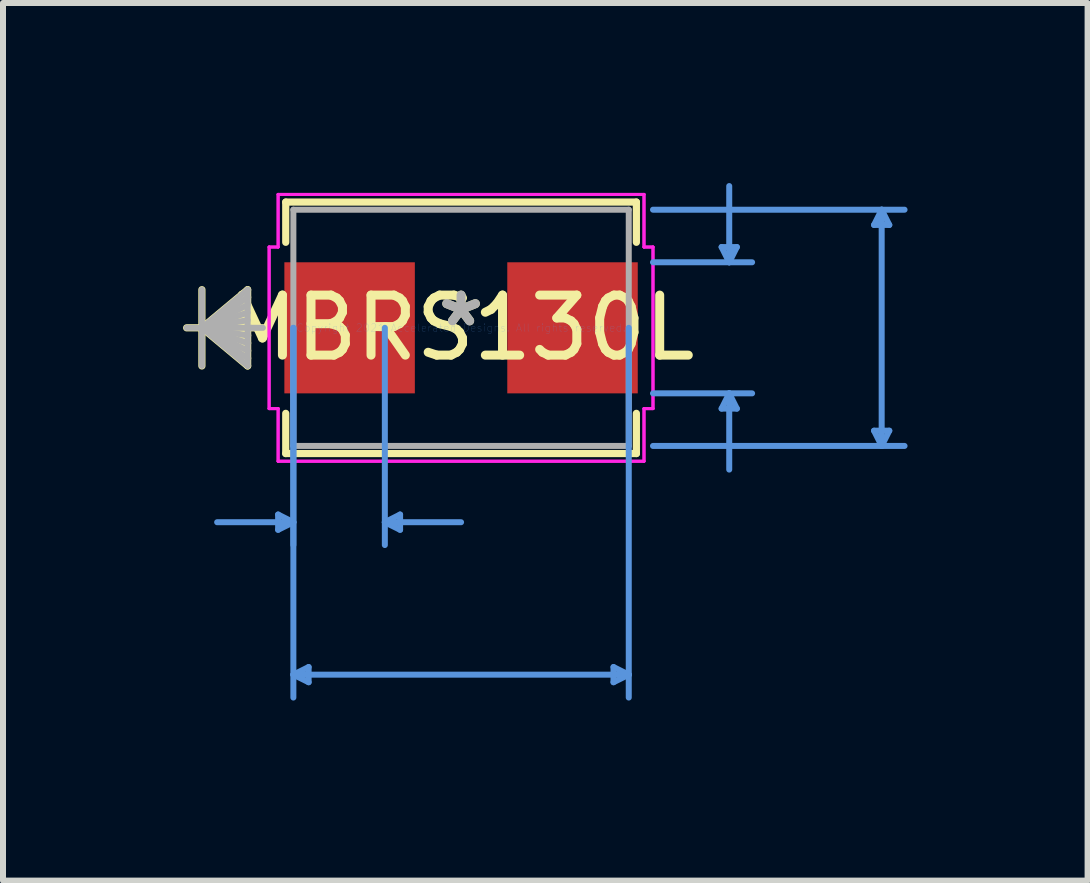
<source format=kicad_pcb>
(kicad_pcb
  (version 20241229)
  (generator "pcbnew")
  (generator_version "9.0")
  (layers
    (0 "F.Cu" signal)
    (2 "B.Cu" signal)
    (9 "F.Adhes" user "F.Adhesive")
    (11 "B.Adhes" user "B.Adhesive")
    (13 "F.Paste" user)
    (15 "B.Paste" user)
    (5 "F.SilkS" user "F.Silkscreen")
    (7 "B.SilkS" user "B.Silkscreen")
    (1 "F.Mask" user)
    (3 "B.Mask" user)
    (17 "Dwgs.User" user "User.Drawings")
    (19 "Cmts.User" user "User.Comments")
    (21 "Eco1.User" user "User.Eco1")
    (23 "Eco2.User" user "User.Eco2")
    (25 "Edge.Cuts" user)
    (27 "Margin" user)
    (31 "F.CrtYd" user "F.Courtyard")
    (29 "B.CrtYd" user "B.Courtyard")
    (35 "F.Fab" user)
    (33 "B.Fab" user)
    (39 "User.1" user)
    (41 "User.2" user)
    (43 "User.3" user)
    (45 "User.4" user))
  (footprint "MBRS130L"
    (layer "F.Cu")
    (at 4.632 2.412)
    (property "Reference" "MBRS130L" (at 0 0 0) (layer "F.SilkS") (effects (font (size 1 1) (thickness 0.15))))
    (attr through_hole)
    (fp_line (start -4.318 -0.635) (end -4.318 0.635) (stroke (width 0.12) (type solid)) (layer "F.SilkS"))
    (fp_line (start -4.318 0) (end -3.556 -0.635) (stroke (width 0.12) (type solid)) (layer "F.SilkS"))
    (fp_line (start -4.318 0) (end -3.556 -0.508) (stroke (width 0.12) (type solid)) (layer "F.SilkS"))
    (fp_line (start -4.318 0) (end -3.556 -0.381) (stroke (width 0.12) (type solid)) (layer "F.SilkS"))
    (fp_line (start -4.318 0) (end -3.556 -0.254) (stroke (width 0.12) (type solid)) (layer "F.SilkS"))
    (fp_line (start -4.318 0) (end -3.556 -0.127) (stroke (width 0.12) (type solid)) (layer "F.SilkS"))
    (fp_line (start -4.318 0) (end -3.556 0.127) (stroke (width 0.12) (type solid)) (layer "F.SilkS"))
    (fp_line (start -4.318 0) (end -3.556 0.254) (stroke (width 0.12) (type solid)) (layer "F.SilkS"))
    (fp_line (start -4.318 0) (end -3.556 0.381) (stroke (width 0.12) (type solid)) (layer "F.SilkS"))
    (fp_line (start -4.318 0) (end -3.556 0.508) (stroke (width 0.12) (type solid)) (layer "F.SilkS"))
    (fp_line (start -4.318 0) (end -3.556 0.635) (stroke (width 0.12) (type solid)) (layer "F.SilkS"))
    (fp_line (start -3.556 -0.635) (end -3.556 0.635) (stroke (width 0.12) (type solid)) (layer "F.SilkS"))
    (fp_line (start -3.302 0) (end -4.572 0) (stroke (width 0.12) (type solid)) (layer "F.SilkS"))
    (fp_line (start -2.921 -2.095) (end -2.921 -1.425) (stroke (width 0.12) (type solid)) (layer "F.SilkS"))
    (fp_line (start -2.921 1.425) (end -2.921 2.095) (stroke (width 0.12) (type solid)) (layer "F.SilkS"))
    (fp_line (start -2.921 2.095) (end 2.921 2.095) (stroke (width 0.12) (type solid)) (layer "F.SilkS"))
    (fp_line (start 2.921 -2.095) (end -2.921 -2.095) (stroke (width 0.12) (type solid)) (layer "F.SilkS"))
    (fp_line (start 2.921 -1.425) (end 2.921 -2.095) (stroke (width 0.12) (type solid)) (layer "F.SilkS"))
    (fp_line (start 2.921 2.095) (end 2.921 1.425) (stroke (width 0.12) (type solid)) (layer "F.SilkS"))
    (fp_line (start -3.048 3.111) (end -3.048 3.365) (stroke (width 0.1) (type solid)) (layer "Cmts.User"))
    (fp_line (start -2.794 0) (end -2.794 3.619) (stroke (width 0.1) (type solid)) (layer "Cmts.User"))
    (fp_line (start -2.794 0) (end -2.794 6.16) (stroke (width 0.1) (type solid)) (layer "Cmts.User"))
    (fp_line (start -2.794 3.239) (end -4.064 3.239) (stroke (width 0.1) (type solid)) (layer "Cmts.User"))
    (fp_line (start -2.794 3.239) (end -3.048 3.111) (stroke (width 0.1) (type solid)) (layer "Cmts.User"))
    (fp_line (start -2.794 3.239) (end -3.048 3.365) (stroke (width 0.1) (type solid)) (layer "Cmts.User"))
    (fp_line (start -2.794 5.779) (end -2.54 5.652) (stroke (width 0.1) (type solid)) (layer "Cmts.User"))
    (fp_line (start -2.794 5.779) (end -2.54 5.905) (stroke (width 0.1) (type solid)) (layer "Cmts.User"))
    (fp_line (start -2.794 5.779) (end 2.794 5.779) (stroke (width 0.1) (type solid)) (layer "Cmts.User"))
    (fp_line (start -2.54 5.652) (end -2.54 5.905) (stroke (width 0.1) (type solid)) (layer "Cmts.User"))
    (fp_line (start -1.27 0) (end -1.27 3.619) (stroke (width 0.1) (type solid)) (layer "Cmts.User"))
    (fp_line (start -1.27 3.239) (end -1.016 3.111) (stroke (width 0.1) (type solid)) (layer "Cmts.User"))
    (fp_line (start -1.27 3.239) (end -1.016 3.365) (stroke (width 0.1) (type solid)) (layer "Cmts.User"))
    (fp_line (start -1.27 3.239) (end 0 3.239) (stroke (width 0.1) (type solid)) (layer "Cmts.User"))
    (fp_line (start -1.016 3.111) (end -1.016 3.365) (stroke (width 0.1) (type solid)) (layer "Cmts.User"))
    (fp_line (start 2.54 5.652) (end 2.54 5.905) (stroke (width 0.1) (type solid)) (layer "Cmts.User"))
    (fp_line (start 2.794 0) (end 2.794 6.16) (stroke (width 0.1) (type solid)) (layer "Cmts.User"))
    (fp_line (start 2.794 5.779) (end 2.54 5.652) (stroke (width 0.1) (type solid)) (layer "Cmts.User"))
    (fp_line (start 2.794 5.779) (end 2.54 5.905) (stroke (width 0.1) (type solid)) (layer "Cmts.User"))
    (fp_line (start 3.198 -1.968) (end 7.389 -1.968) (stroke (width 0.1) (type solid)) (layer "Cmts.User"))
    (fp_line (start 3.198 -1.092) (end 4.849 -1.092) (stroke (width 0.1) (type solid)) (layer "Cmts.User"))
    (fp_line (start 3.198 1.092) (end 4.849 1.092) (stroke (width 0.1) (type solid)) (layer "Cmts.User"))
    (fp_line (start 3.198 1.968) (end 7.389 1.968) (stroke (width 0.1) (type solid)) (layer "Cmts.User"))
    (fp_line (start 4.341 -1.346) (end 4.595 -1.346) (stroke (width 0.1) (type solid)) (layer "Cmts.User"))
    (fp_line (start 4.341 1.346) (end 4.595 1.346) (stroke (width 0.1) (type solid)) (layer "Cmts.User"))
    (fp_line (start 4.468 -1.092) (end 4.341 -1.346) (stroke (width 0.1) (type solid)) (layer "Cmts.User"))
    (fp_line (start 4.468 -1.092) (end 4.468 -2.362) (stroke (width 0.1) (type solid)) (layer "Cmts.User"))
    (fp_line (start 4.468 -1.092) (end 4.595 -1.346) (stroke (width 0.1) (type solid)) (layer "Cmts.User"))
    (fp_line (start 4.468 1.092) (end 4.341 1.346) (stroke (width 0.1) (type solid)) (layer "Cmts.User"))
    (fp_line (start 4.468 1.092) (end 4.468 2.362) (stroke (width 0.1) (type solid)) (layer "Cmts.User"))
    (fp_line (start 4.468 1.092) (end 4.595 1.346) (stroke (width 0.1) (type solid)) (layer "Cmts.User"))
    (fp_line (start 6.881 -1.714) (end 7.135 -1.714) (stroke (width 0.1) (type solid)) (layer "Cmts.User"))
    (fp_line (start 6.881 1.714) (end 7.135 1.714) (stroke (width 0.1) (type solid)) (layer "Cmts.User"))
    (fp_line (start 7.008 -1.968) (end 6.881 -1.714) (stroke (width 0.1) (type solid)) (layer "Cmts.User"))
    (fp_line (start 7.008 -1.968) (end 7.008 1.968) (stroke (width 0.1) (type solid)) (layer "Cmts.User"))
    (fp_line (start 7.008 -1.968) (end 7.135 -1.714) (stroke (width 0.1) (type solid)) (layer "Cmts.User"))
    (fp_line (start 7.008 1.968) (end 6.881 1.714) (stroke (width 0.1) (type solid)) (layer "Cmts.User"))
    (fp_line (start 7.008 1.968) (end 7.135 1.714) (stroke (width 0.1) (type solid)) (layer "Cmts.User"))
    (fp_line (start -3.198 -1.346) (end -3.048 -1.346) (stroke (width 0.05) (type solid)) (layer "F.CrtYd"))
    (fp_line (start -3.198 -1.346) (end -3.048 -1.346) (stroke (width 0.05) (type solid)) (layer "F.CrtYd"))
    (fp_line (start -3.198 1.346) (end -3.198 -1.346) (stroke (width 0.05) (type solid)) (layer "F.CrtYd"))
    (fp_line (start -3.198 1.346) (end -3.198 -1.346) (stroke (width 0.05) (type solid)) (layer "F.CrtYd"))
    (fp_line (start -3.048 -2.223) (end 3.048 -2.223) (stroke (width 0.05) (type solid)) (layer "F.CrtYd"))
    (fp_line (start -3.048 -2.223) (end 3.048 -2.223) (stroke (width 0.05) (type solid)) (layer "F.CrtYd"))
    (fp_line (start -3.048 -1.346) (end -3.048 -2.223) (stroke (width 0.05) (type solid)) (layer "F.CrtYd"))
    (fp_line (start -3.048 -1.346) (end -3.048 -2.223) (stroke (width 0.05) (type solid)) (layer "F.CrtYd"))
    (fp_line (start -3.048 1.346) (end -3.198 1.346) (stroke (width 0.05) (type solid)) (layer "F.CrtYd"))
    (fp_line (start -3.048 1.346) (end -3.198 1.346) (stroke (width 0.05) (type solid)) (layer "F.CrtYd"))
    (fp_line (start -3.048 2.223) (end -3.048 1.346) (stroke (width 0.05) (type solid)) (layer "F.CrtYd"))
    (fp_line (start -3.048 2.223) (end -3.048 1.346) (stroke (width 0.05) (type solid)) (layer "F.CrtYd"))
    (fp_line (start 3.048 -2.223) (end 3.048 -1.346) (stroke (width 0.05) (type solid)) (layer "F.CrtYd"))
    (fp_line (start 3.048 -2.223) (end 3.048 -1.346) (stroke (width 0.05) (type solid)) (layer "F.CrtYd"))
    (fp_line (start 3.048 -1.346) (end 3.198 -1.346) (stroke (width 0.05) (type solid)) (layer "F.CrtYd"))
    (fp_line (start 3.048 -1.346) (end 3.198 -1.346) (stroke (width 0.05) (type solid)) (layer "F.CrtYd"))
    (fp_line (start 3.048 1.346) (end 3.048 2.223) (stroke (width 0.05) (type solid)) (layer "F.CrtYd"))
    (fp_line (start 3.048 1.346) (end 3.048 2.223) (stroke (width 0.05) (type solid)) (layer "F.CrtYd"))
    (fp_line (start 3.048 2.223) (end -3.048 2.223) (stroke (width 0.05) (type solid)) (layer "F.CrtYd"))
    (fp_line (start 3.048 2.223) (end -3.048 2.223) (stroke (width 0.05) (type solid)) (layer "F.CrtYd"))
    (fp_line (start 3.198 -1.346) (end 3.198 1.346) (stroke (width 0.05) (type solid)) (layer "F.CrtYd"))
    (fp_line (start 3.198 -1.346) (end 3.198 1.346) (stroke (width 0.05) (type solid)) (layer "F.CrtYd"))
    (fp_line (start 3.198 1.346) (end 3.048 1.346) (stroke (width 0.05) (type solid)) (layer "F.CrtYd"))
    (fp_line (start 3.198 1.346) (end 3.048 1.346) (stroke (width 0.05) (type solid)) (layer "F.CrtYd"))
    (fp_line (start -4.318 -0.635) (end -4.318 0.635) (stroke (width 0.1) (type solid)) (layer "F.Fab"))
    (fp_line (start -4.318 0) (end -3.556 -0.635) (stroke (width 0.1) (type solid)) (layer "F.Fab"))
    (fp_line (start -4.318 0) (end -3.556 -0.508) (stroke (width 0.1) (type solid)) (layer "F.Fab"))
    (fp_line (start -4.318 0) (end -3.556 -0.381) (stroke (width 0.1) (type solid)) (layer "F.Fab"))
    (fp_line (start -4.318 0) (end -3.556 -0.254) (stroke (width 0.1) (type solid)) (layer "F.Fab"))
    (fp_line (start -4.318 0) (end -3.556 -0.127) (stroke (width 0.1) (type solid)) (layer "F.Fab"))
    (fp_line (start -4.318 0) (end -3.556 0.127) (stroke (width 0.1) (type solid)) (layer "F.Fab"))
    (fp_line (start -4.318 0) (end -3.556 0.254) (stroke (width 0.1) (type solid)) (layer "F.Fab"))
    (fp_line (start -4.318 0) (end -3.556 0.381) (stroke (width 0.1) (type solid)) (layer "F.Fab"))
    (fp_line (start -4.318 0) (end -3.556 0.508) (stroke (width 0.1) (type solid)) (layer "F.Fab"))
    (fp_line (start -4.318 0) (end -3.556 0.635) (stroke (width 0.1) (type solid)) (layer "F.Fab"))
    (fp_line (start -3.556 -0.635) (end -3.556 0.635) (stroke (width 0.1) (type solid)) (layer "F.Fab"))
    (fp_line (start -3.302 0) (end -4.572 0) (stroke (width 0.1) (type solid)) (layer "F.Fab"))
    (fp_line (start -2.794 -1.968) (end -2.794 1.968) (stroke (width 0.1) (type solid)) (layer "F.Fab"))
    (fp_line (start -2.794 1.968) (end 2.794 1.968) (stroke (width 0.1) (type solid)) (layer "F.Fab"))
    (fp_line (start 2.794 -1.968) (end -2.794 -1.968) (stroke (width 0.1) (type solid)) (layer "F.Fab"))
    (fp_line (start 2.794 1.968) (end 2.794 -1.968) (stroke (width 0.1) (type solid)) (layer "F.Fab"))
    (fp_text user "*" (at 0 0 0) (layer "F.SilkS") (effects (font (size 1 1) (thickness 0.15))))
    (fp_text user "Copyright 2021 Accelerated Designs. All rights reserved." (at 0 0 0) (layer "Cmts.User") (effects (font (size 0.127 0.127) (thickness 0.002))))
    (fp_text user "*" (at 0 0 0) (layer "F.Fab") (effects (font (size 1 1) (thickness 0.15))))
    (pad "1" smd rect (at -1.857 0 90) (size 2.184 2.174) (layers "F.Cu" "F.Mask" "F.Paste"))
    (pad "2" smd rect (at 1.857 0 90) (size 2.184 2.174) (layers "F.Cu" "F.Mask" "F.Paste")))
  (gr_rect
    (start -3 -3)
    (end 15.071 11.622)
    (stroke (width 0.1) (type default))
    (fill no)
    (layer "Edge.Cuts")))
</source>
